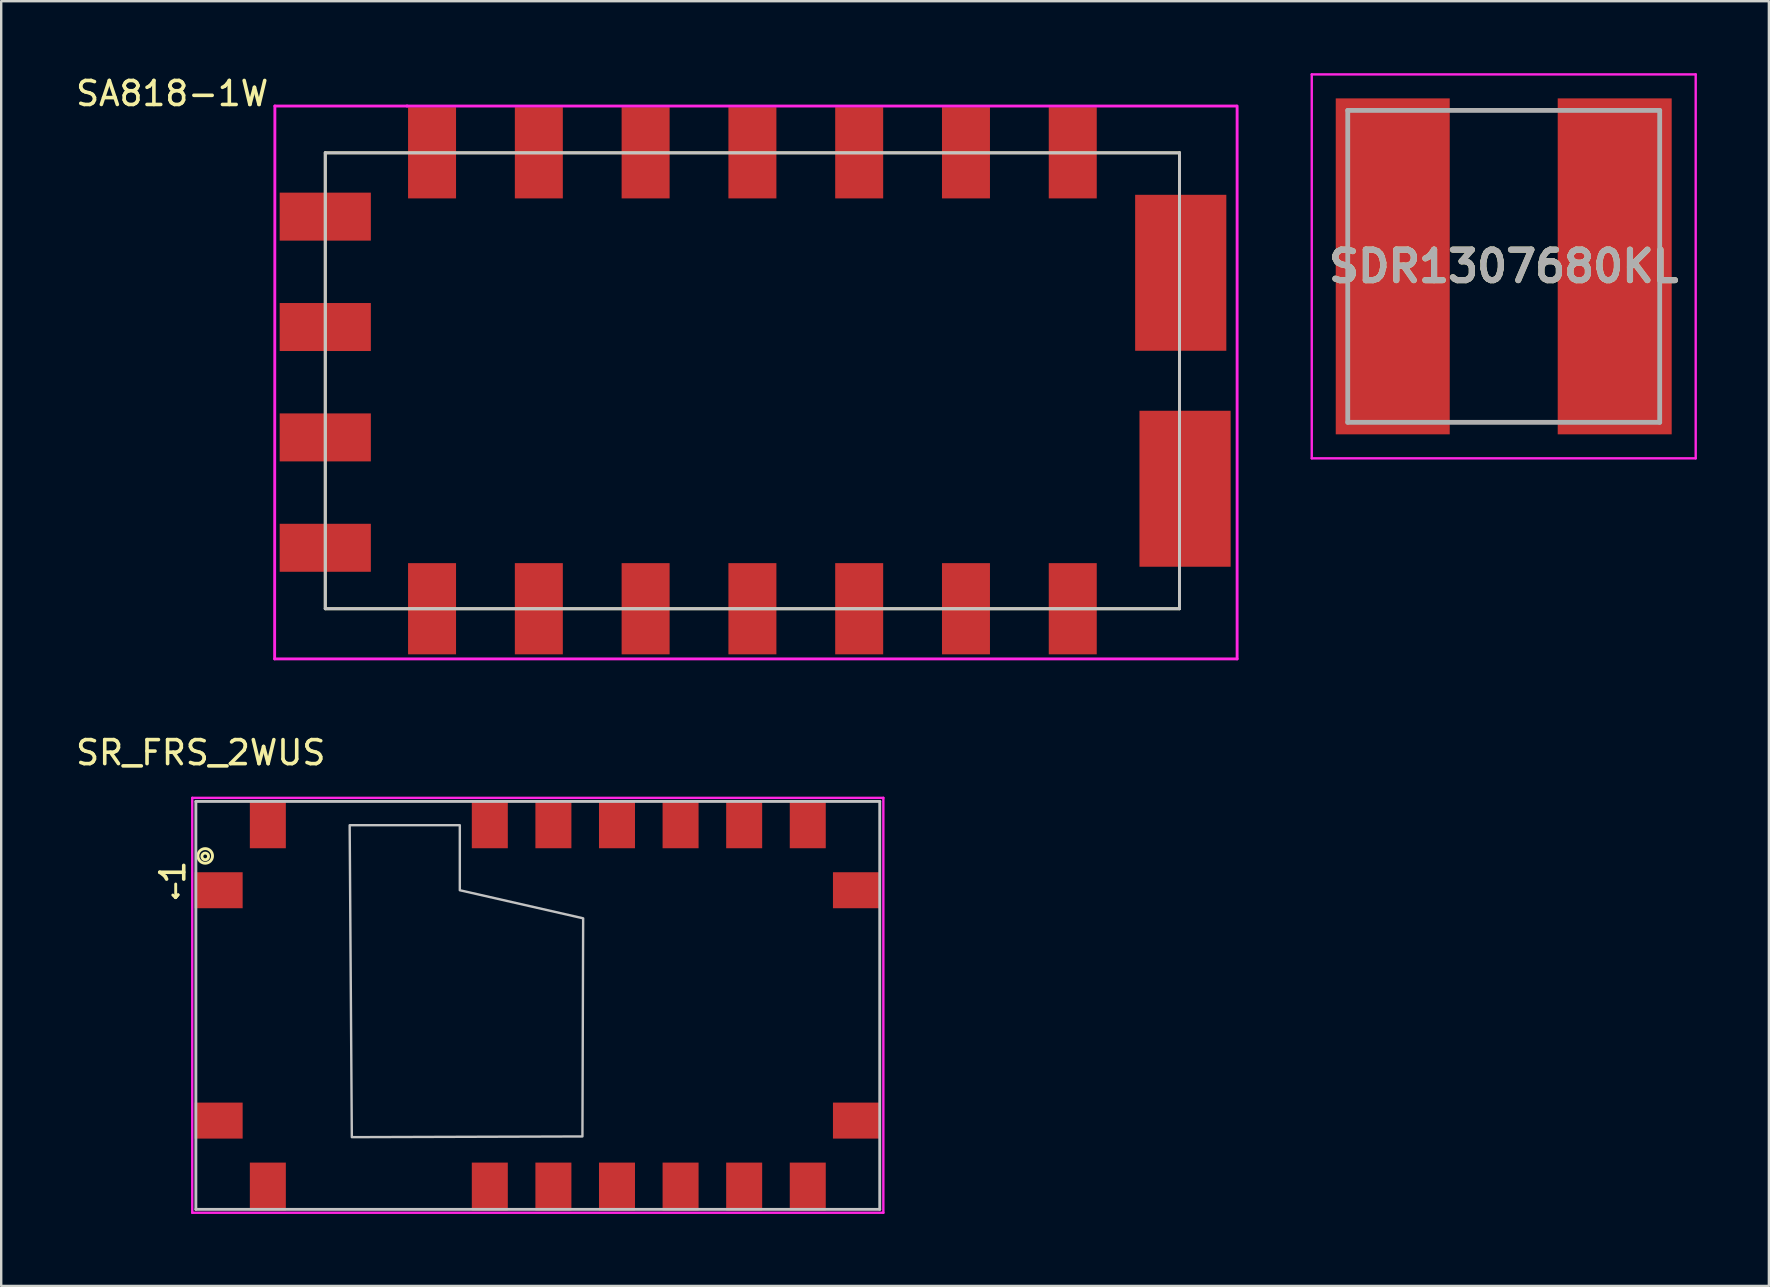
<source format=kicad_pcb>
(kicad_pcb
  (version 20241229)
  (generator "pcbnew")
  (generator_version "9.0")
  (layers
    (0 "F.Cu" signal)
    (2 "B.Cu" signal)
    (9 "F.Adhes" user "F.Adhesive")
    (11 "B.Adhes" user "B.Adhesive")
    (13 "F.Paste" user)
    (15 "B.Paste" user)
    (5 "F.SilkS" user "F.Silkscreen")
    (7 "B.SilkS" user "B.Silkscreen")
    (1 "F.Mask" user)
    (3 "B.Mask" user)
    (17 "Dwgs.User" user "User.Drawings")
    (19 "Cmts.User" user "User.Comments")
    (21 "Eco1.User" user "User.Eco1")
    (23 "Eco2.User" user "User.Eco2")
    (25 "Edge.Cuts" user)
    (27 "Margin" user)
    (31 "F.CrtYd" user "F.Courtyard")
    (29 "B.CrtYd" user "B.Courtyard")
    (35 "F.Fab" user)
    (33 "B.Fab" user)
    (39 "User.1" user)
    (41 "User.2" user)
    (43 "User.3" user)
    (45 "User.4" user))
  (footprint "SDR1307680KL"
    (layer "F.Cu")
    (at 59.615 8.05)
    (property "Reference" "SDR1307680KL" (at 0 0 0) (layer "F.SilkS") (effects (font (size 1.27 1.27) (thickness 0.254))))
    (attr smd)
    (fp_line (start -1.8 -6.5) (end 1.8 -6.5) (stroke (width 0.1) (type solid)) (layer "F.SilkS"))
    (fp_line (start -1.8 6.5) (end 1.8 6.5) (stroke (width 0.1) (type solid)) (layer "F.SilkS"))
    (fp_line (start -8 -8) (end 8 -8) (stroke (width 0.1) (type solid)) (layer "F.CrtYd"))
    (fp_line (start -8 8) (end -8 -8) (stroke (width 0.1) (type solid)) (layer "F.CrtYd"))
    (fp_line (start 8 -8) (end 8 8) (stroke (width 0.1) (type solid)) (layer "F.CrtYd"))
    (fp_line (start 8 8) (end -8 8) (stroke (width 0.1) (type solid)) (layer "F.CrtYd"))
    (fp_line (start -6.5 -6.5) (end 6.5 -6.5) (stroke (width 0.2) (type solid)) (layer "F.Fab"))
    (fp_line (start -6.5 6.5) (end -6.5 -6.5) (stroke (width 0.2) (type solid)) (layer "F.Fab"))
    (fp_line (start 6.5 -6.5) (end 6.5 6.5) (stroke (width 0.2) (type solid)) (layer "F.Fab"))
    (fp_line (start 6.5 6.5) (end -6.5 6.5) (stroke (width 0.2) (type solid)) (layer "F.Fab"))
    (fp_text user "${REFERENCE}" (at 0 0 0) (layer "F.Fab") (effects (font (size 1.27 1.27) (thickness 0.254))))
    (pad "1" smd rect (at -4.625 0) (size 4.75 14) (layers "F.Cu" "F.Mask" "F.Paste"))
    (pad "2" smd rect (at 4.625 0) (size 4.75 14) (layers "F.Cu" "F.Mask" "F.Paste")))
  (footprint "SR_FRS_2WUS"
    (layer "F.Cu")
    (at 5.112 30.349)
    (property "Reference" "SR_FRS_2WUS" (at 0.203 -2.032 0) (layer "F.SilkS") (effects (font (size 1 1) (thickness 0.15))))
    (attr through_hole)
    (fp_line (start -0.85 4.01) (end -0.96 3.9) (stroke (width 0.12) (type solid)) (layer "F.SilkS"))
    (fp_line (start -0.84 3.44) (end -0.84 3.99) (stroke (width 0.12) (type solid)) (layer "F.SilkS"))
    (fp_line (start -0.83 4) (end -0.74 3.89) (stroke (width 0.12) (type solid)) (layer "F.SilkS"))
    (fp_line (start -0.74 3.89) (end -0.85 4.01) (stroke (width 0.12) (type solid)) (layer "F.SilkS"))
    (fp_circle (center 0.39 2.27) (end 0.11 2.15) (stroke (width 0.12) (type solid)) (fill no) (layer "F.SilkS"))
    (fp_circle (center 0.39 2.29) (end 0.44 2.16) (stroke (width 0.12) (type solid)) (fill no) (layer "F.SilkS"))
    (fp_line (start 0 0) (end 0 17) (stroke (width 0.12) (type solid)) (layer "B.Paste"))
    (fp_line (start 0 17) (end 28.5 17) (stroke (width 0.12) (type solid)) (layer "B.Paste"))
    (fp_line (start 28.5 0) (end 0 0) (stroke (width 0.12) (type solid)) (layer "B.Paste"))
    (fp_line (start 28.5 17) (end 28.5 0) (stroke (width 0.12) (type solid)) (layer "B.Paste"))
    (fp_line (start 0 0) (end 28.5 0) (stroke (width 0.12) (type solid)) (layer "Dwgs.User"))
    (fp_line (start 0 17) (end 0 0) (stroke (width 0.12) (type solid)) (layer "Dwgs.User"))
    (fp_line (start 28.5 0) (end 28.5 17) (stroke (width 0.12) (type solid)) (layer "Dwgs.User"))
    (fp_line (start 28.5 17) (end 0 17) (stroke (width 0.12) (type solid)) (layer "Dwgs.User"))
    (fp_poly (pts (xy 11 3.7) (xy 16.14 4.87) (xy 16.11 13.96) (xy 6.5 13.99) (xy 6.41 0.99) (xy 11 0.99)) (stroke (width 0.1) (type solid)) (fill no) (layer "Dwgs.User"))
    (fp_line (start -0.15 -0.15) (end -0.15 17.14) (stroke (width 0.1) (type solid)) (layer "F.CrtYd"))
    (fp_line (start -0.15 -0.15) (end 28.65 -0.15) (stroke (width 0.1) (type solid)) (layer "F.CrtYd"))
    (fp_line (start -0.15 17.14) (end 28.65 17.14) (stroke (width 0.1) (type solid)) (layer "F.CrtYd"))
    (fp_line (start 28.65 17.14) (end 28.65 -0.15) (stroke (width 0.1) (type solid)) (layer "F.CrtYd"))
    (fp_text user "1" (at -0.96 2.95 90) (layer "F.SilkS") (effects (font (size 1 1) (thickness 0.15))))
    (pad "1" smd rect (at 0.05 3.7) (size 2 1.5) (drill (offset 0.9 0)) (layers "F.Cu" "F.Mask" "F.Paste"))
    (pad "1" smd rect (at 25.5 16.95 90) (size 2 1.5) (drill (offset 0.9 0)) (layers "F.Cu" "F.Mask" "F.Paste"))
    (pad "2" smd rect (at 0.05 13.3) (size 2 1.5) (drill (offset 0.9 0)) (layers "F.Cu" "F.Mask" "F.Paste"))
    (pad "2" smd rect (at 22.85 16.95 90) (size 2 1.5) (drill (offset 0.9 0)) (layers "F.Cu" "F.Mask" "F.Paste"))
    (pad "3" smd rect (at 20.2 16.95 90) (size 2 1.5) (drill (offset 0.9 0)) (layers "F.Cu" "F.Mask" "F.Paste"))
    (pad "4" smd rect (at 17.55 16.95 90) (size 2 1.5) (drill (offset 0.9 0)) (layers "F.Cu" "F.Mask" "F.Paste"))
    (pad "5" smd rect (at 14.9 16.95 90) (size 2 1.5) (drill (offset 0.9 0)) (layers "F.Cu" "F.Mask" "F.Paste"))
    (pad "6" smd rect (at 12.25 16.95 90) (size 2 1.5) (drill (offset 0.9 0)) (layers "F.Cu" "F.Mask" "F.Paste"))
    (pad "7" smd rect (at 3 16.95 90) (size 2 1.5) (drill (offset 0.9 0)) (layers "F.Cu" "F.Mask" "F.Paste"))
    (pad "10" smd rect (at 3 0.05 270) (size 2 1.5) (drill (offset 0.9 0)) (layers "F.Cu" "F.Mask" "F.Paste"))
    (pad "11" smd rect (at 12.25 0.05 270) (size 2 1.5) (drill (offset 0.9 0)) (layers "F.Cu" "F.Mask" "F.Paste"))
    (pad "12" smd rect (at 14.9 0.05 270) (size 2 1.5) (drill (offset 0.9 0)) (layers "F.Cu" "F.Mask" "F.Paste"))
    (pad "13" smd rect (at 17.55 0.05 270) (size 2 1.5) (drill (offset 0.9 0)) (layers "F.Cu" "F.Mask" "F.Paste"))
    (pad "14" smd rect (at 20.2 0.05 270) (size 2 1.5) (drill (offset 0.9 0)) (layers "F.Cu" "F.Mask" "F.Paste"))
    (pad "15" smd rect (at 22.85 0.05 270) (size 2 1.5) (drill (offset 0.9 0)) (layers "F.Cu" "F.Mask" "F.Paste"))
    (pad "16" smd rect (at 25.5 0.05 270) (size 2 1.5) (drill (offset 0.9 0)) (layers "F.Cu" "F.Mask" "F.Paste"))
    (pad "17" smd rect (at 28.45 3.7 180) (size 2 1.5) (drill (offset 0.9 0)) (layers "F.Cu" "F.Mask" "F.Paste"))
    (pad "18" smd rect (at 28.45 13.3 180) (size 2 1.5) (drill (offset 0.9 0)) (layers "F.Cu" "F.Mask" "F.Paste")))
  (footprint "SA818-1W"
    (layer "F.Cu")
    (at 10.505 3.318)
    (property "Reference" "SA818-1W" (at -6.38 -2.47 0) (layer "F.SilkS") (effects (font (size 1 1) (thickness 0.15))))
    (attr through_hole)
    (fp_line (start 0 0) (end 35.6 0) (stroke (width 0.12) (type solid)) (layer "F.SilkS"))
    (fp_line (start 0 19) (end 0 0) (stroke (width 0.12) (type solid)) (layer "F.SilkS"))
    (fp_line (start 35.6 0) (end 35.6 19) (stroke (width 0.12) (type solid)) (layer "F.SilkS"))
    (fp_line (start 35.6 19) (end 0 19) (stroke (width 0.12) (type solid)) (layer "F.SilkS"))
    (fp_line (start 0 0) (end 35.6 0) (stroke (width 0.12) (type solid)) (layer "Dwgs.User"))
    (fp_line (start 0 19) (end 0 0) (stroke (width 0.12) (type solid)) (layer "Dwgs.User"))
    (fp_line (start 35.6 0) (end 35.6 19) (stroke (width 0.12) (type solid)) (layer "Dwgs.User"))
    (fp_line (start 35.6 19) (end 0 19) (stroke (width 0.12) (type solid)) (layer "Dwgs.User"))
    (fp_line (start -2.11 21.09) (end 38 21.09) (stroke (width 0.12) (type solid)) (layer "F.CrtYd"))
    (fp_line (start -2.1 -1.95) (end -2.11 21.09) (stroke (width 0.12) (type solid)) (layer "F.CrtYd"))
    (fp_line (start 3.42 -1.95) (end -2.1 -1.95) (stroke (width 0.12) (type solid)) (layer "F.CrtYd"))
    (fp_line (start 37.97 -1.95) (end 3.4 -1.95) (stroke (width 0.12) (type solid)) (layer "F.CrtYd"))
    (fp_line (start 38 21.09) (end 38 -1.95) (stroke (width 0.12) (type solid)) (layer "F.CrtYd"))
    (pad "1" smd rect (at 4.45 0 90) (size 3.8 2) (layers "F.Cu" "F.Mask" "F.Paste"))
    (pad "2" smd rect (at 8.9 0 90) (size 3.8 2) (layers "F.Cu" "F.Mask" "F.Paste"))
    (pad "3" smd rect (at 13.35 0 90) (size 3.8 2) (layers "F.Cu" "F.Mask" "F.Paste"))
    (pad "4" smd rect (at 17.8 0 90) (size 3.8 2) (layers "F.Cu" "F.Mask" "F.Paste"))
    (pad "5" smd rect (at 22.25 0 90) (size 3.8 2) (layers "F.Cu" "F.Mask" "F.Paste"))
    (pad "6" smd rect (at 26.7 0 90) (size 3.8 2) (layers "F.Cu" "F.Mask" "F.Paste"))
    (pad "7" smd rect (at 31.15 0 90) (size 3.8 2) (layers "F.Cu" "F.Mask" "F.Paste"))
    (pad "8" smd rect (at 4.45 19 90) (size 3.8 2) (layers "F.Cu" "F.Mask" "F.Paste"))
    (pad "9" smd rect (at 8.9 19 90) (size 3.8 2) (layers "F.Cu" "F.Mask" "F.Paste"))
    (pad "10" smd rect (at 13.35 19 90) (size 3.8 2) (layers "F.Cu" "F.Mask" "F.Paste"))
    (pad "11" smd rect (at 17.8 19 90) (size 3.8 2) (layers "F.Cu" "F.Mask" "F.Paste"))
    (pad "12" smd rect (at 22.25 19 90) (size 3.8 2) (layers "F.Cu" "F.Mask" "F.Paste"))
    (pad "13" smd rect (at 26.7 19 90) (size 3.8 2) (layers "F.Cu" "F.Mask" "F.Paste"))
    (pad "14" smd rect (at 31.15 19 90) (size 3.8 2) (layers "F.Cu" "F.Mask" "F.Paste"))
    (pad "15" smd rect (at 0 2.66 180) (size 3.8 2) (layers "F.Cu" "F.Mask" "F.Paste"))
    (pad "16" smd rect (at 0 7.26 180) (size 3.8 2) (layers "F.Cu" "F.Mask" "F.Paste"))
    (pad "17" smd rect (at 0 11.86 180) (size 3.8 2) (layers "F.Cu" "F.Mask" "F.Paste"))
    (pad "18" smd rect (at 0 16.46 180) (size 3.8 2) (layers "F.Cu" "F.Mask" "F.Paste"))
    (pad "19" smd rect (at 35.65 1.8 180) (size 3.8 6.5) (drill (offset 0 -3.2)) (layers "F.Cu" "F.Mask" "F.Paste"))
    (pad "20" smd rect (at 35.83 17.2 180) (size 3.8 6.5) (drill (offset 0 3.2)) (layers "F.Cu" "F.Mask" "F.Paste")))
  (gr_rect
    (start -3 -3)
    (end 70.665 50.538)
    (stroke (width 0.1) (type default))
    (fill no)
    (layer "Edge.Cuts")))
</source>
